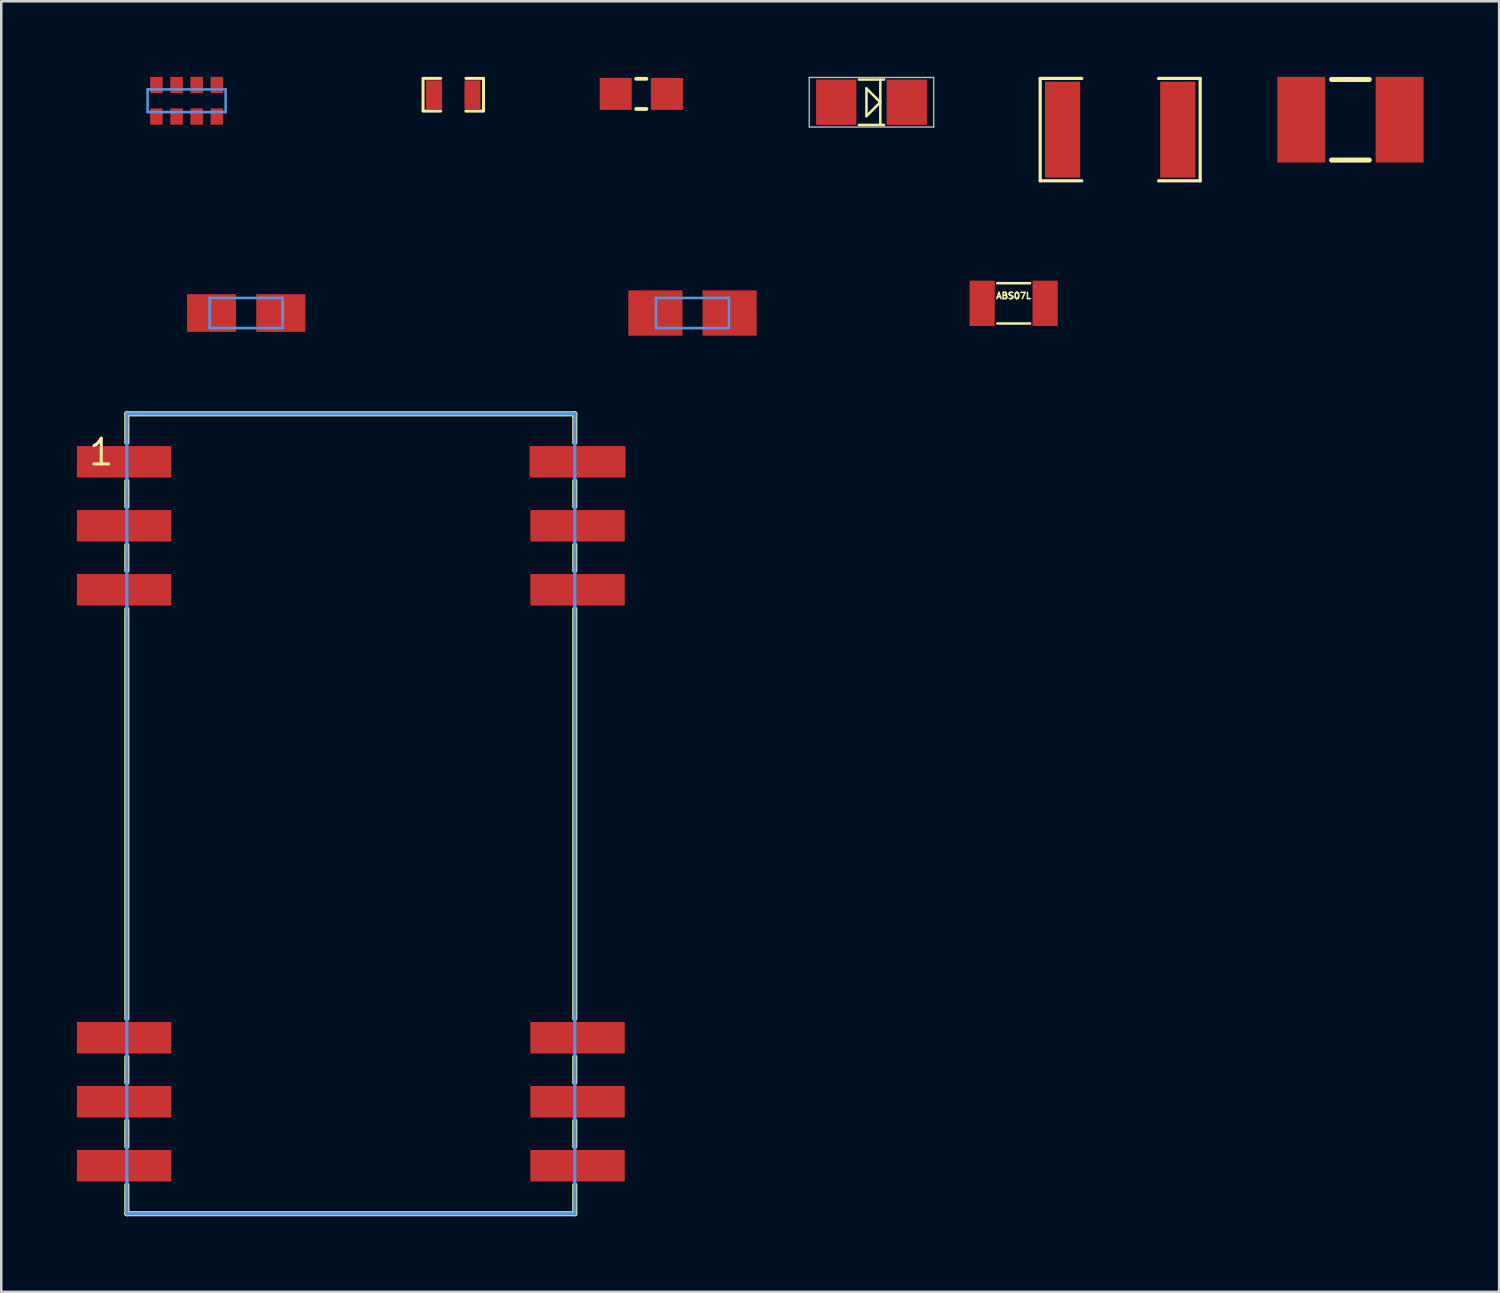
<source format=kicad_pcb>
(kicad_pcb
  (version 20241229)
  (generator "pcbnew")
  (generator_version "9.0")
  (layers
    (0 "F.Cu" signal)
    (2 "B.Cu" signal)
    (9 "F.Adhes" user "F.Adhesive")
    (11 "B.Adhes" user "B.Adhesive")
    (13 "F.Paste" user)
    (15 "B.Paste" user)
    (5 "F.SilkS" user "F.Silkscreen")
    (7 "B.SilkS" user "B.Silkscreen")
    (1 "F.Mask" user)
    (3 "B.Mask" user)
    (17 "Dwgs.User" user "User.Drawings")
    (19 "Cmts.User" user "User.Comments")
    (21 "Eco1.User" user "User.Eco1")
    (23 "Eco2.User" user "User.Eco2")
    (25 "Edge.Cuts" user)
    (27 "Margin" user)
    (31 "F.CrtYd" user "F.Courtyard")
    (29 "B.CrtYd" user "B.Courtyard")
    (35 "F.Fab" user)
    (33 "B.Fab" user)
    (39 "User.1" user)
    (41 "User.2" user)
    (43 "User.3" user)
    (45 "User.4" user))
  (footprint "0603_CAP"
    (layer "F.Cu")
    (at 14.942 0.71)
    (property "Reference" "0603_CAP" (at 0 0 0) (layer "Eco1.User") (effects (font (size 0.5 0.5) (thickness 0.1))))
    (attr smd)
    (fp_line (start -1.199 -0.65) (end -0.5 -0.65) (stroke (width 0.119) (type solid)) (layer "F.SilkS"))
    (fp_line (start -1.199 0.635) (end -1.199 -0.635) (stroke (width 0.119) (type solid)) (layer "F.SilkS"))
    (fp_line (start -0.5 0.65) (end -1.199 0.65) (stroke (width 0.119) (type solid)) (layer "F.SilkS"))
    (fp_line (start 0.5 -0.65) (end 1.199 -0.65) (stroke (width 0.119) (type solid)) (layer "F.SilkS"))
    (fp_line (start 0.5 0.65) (end 1.199 0.65) (stroke (width 0.119) (type solid)) (layer "F.SilkS"))
    (fp_line (start 1.199 -0.635) (end 1.199 0.635) (stroke (width 0.119) (type solid)) (layer "F.SilkS"))
    (pad "1" smd rect (at -0.762 0) (size 0.635 1.143) (layers "F.Cu" "F.Mask" "F.Paste"))
    (pad "2" smd rect (at 0.762 0) (size 0.635 1.143) (layers "F.Cu" "F.Mask" "F.Paste")))
  (footprint "0603-ARV"
    (layer "F.Cu")
    (at 4.357 0.949)
    (property "Reference" "0603-ARV" (at 0.635 3.175 0) (layer "Eco1.User") (effects (font (size 1.27 1.27) (thickness 0.127))))
    (attr through_hole)
    (fp_line (start -1.549 -0.45) (end 1.549 -0.45) (stroke (width 0.102) (type solid)) (layer "Cmts.User"))
    (fp_line (start -1.549 0.45) (end -1.549 -0.45) (stroke (width 0.102) (type solid)) (layer "Cmts.User"))
    (fp_line (start 1.549 -0.45) (end 1.549 0.45) (stroke (width 0.102) (type solid)) (layer "Cmts.User"))
    (fp_line (start 1.549 0.45) (end -1.549 0.45) (stroke (width 0.102) (type solid)) (layer "Cmts.User"))
    (pad "1" smd rect (at -1.199 0.625) (size 0.498 0.648) (layers "F.Cu" "F.Mask" "F.Paste"))
    (pad "2" smd rect (at -0.399 0.625) (size 0.498 0.648) (layers "F.Cu" "F.Mask" "F.Paste"))
    (pad "3" smd rect (at 0.399 0.625) (size 0.498 0.648) (layers "F.Cu" "F.Mask" "F.Paste"))
    (pad "4" smd rect (at 1.199 0.625) (size 0.498 0.648) (layers "F.Cu" "F.Mask" "F.Paste"))
    (pad "5" smd rect (at 1.199 -0.625) (size 0.498 0.648) (layers "F.Cu" "F.Mask" "F.Paste"))
    (pad "6" smd rect (at 0.399 -0.625) (size 0.498 0.648) (layers "F.Cu" "F.Mask" "F.Paste"))
    (pad "7" smd rect (at -0.399 -0.625) (size 0.498 0.648) (layers "F.Cu" "F.Mask" "F.Paste"))
    (pad "8" smd rect (at -1.199 -0.625) (size 0.498 0.648) (layers "F.Cu" "F.Mask" "F.Paste")))
  (footprint "1812"
    (layer "F.Cu")
    (at 50.551 1.701)
    (property "Reference" "1812" (at 0 0 0) (layer "Eco1.User") (effects (font (size 0.6 0.6) (thickness 0.1))))
    (attr smd)
    (fp_line (start -0.749 -1.598) (end 0.749 -1.598) (stroke (width 0.201) (type solid)) (layer "F.SilkS"))
    (fp_line (start -0.749 1.603) (end 0.749 1.603) (stroke (width 0.201) (type solid)) (layer "F.SilkS"))
    (pad "1" smd rect (at -1.951 0) (size 1.9 3.401) (layers "F.Cu" "F.Mask" "F.Paste"))
    (pad "2" smd rect (at 1.951 0) (size 1.9 3.401) (layers "F.Cu" "F.Mask" "F.Paste")))
  (footprint "ABS07L"
    (layer "F.Cu")
    (at 37.183 8.99)
    (property "Reference" "ABS07L" (at 0 -0.3 0) (layer "F.SilkS") (effects (font (size 0.25 0.25) (thickness 0.062))))
    (attr through_hole)
    (fp_line (start -0.65 -0.8) (end 0.65 -0.8) (stroke (width 0.1) (type solid)) (layer "F.SilkS"))
    (fp_line (start 0.65 0.8) (end -0.65 0.8) (stroke (width 0.1) (type solid)) (layer "F.SilkS"))
    (pad "1" smd rect (at -1.25 0) (size 1 1.8) (layers "F.Cu" "F.Mask" "F.Paste"))
    (pad "2" smd rect (at 1.25 0) (size 1 1.8) (layers "F.Cu" "F.Mask" "F.Paste")))
  (footprint "0805-LARGE"
    (layer "F.Cu")
    (at 22.404 0.676)
    (property "Reference" "0805-LARGE" (at 0 0 0) (layer "Eco1.User") (effects (font (size 0.5 0.5) (thickness 0.1))))
    (attr through_hole)
    (fp_line (start -0.203 -0.599) (end 0.203 -0.599) (stroke (width 0.152) (type solid)) (layer "F.SilkS"))
    (fp_line (start -0.203 0.599) (end 0.203 0.599) (stroke (width 0.152) (type solid)) (layer "F.SilkS"))
    (pad "1" smd rect (at -1.016 0) (size 1.27 1.27) (layers "F.Cu" "F.Mask" "F.Paste"))
    (pad "2" smd rect (at 1.016 0) (size 1.27 1.27) (layers "F.Cu" "F.Mask" "F.Paste")))
  (footprint "1206_DIODE"
    (layer "F.Cu")
    (at 31.541 1.008)
    (property "Reference" "1206_DIODE" (at 0 0 0) (layer "Eco1.User") (effects (font (size 0.8 0.8) (thickness 0.075))))
    (attr through_hole)
    (fp_line (start -0.5 -0.9) (end 0.5 -0.9) (stroke (width 0.1) (type solid)) (layer "F.SilkS"))
    (fp_line (start -0.5 0.9) (end 0.5 0.9) (stroke (width 0.1) (type solid)) (layer "F.SilkS"))
    (fp_line (start -0.2 -0.55) (end -0.2 0.55) (stroke (width 0.1) (type solid)) (layer "F.SilkS"))
    (fp_line (start -0.2 0.55) (end 0.35 0) (stroke (width 0.1) (type solid)) (layer "F.SilkS"))
    (fp_line (start 0.35 -0.9) (end 0.35 0.9) (stroke (width 0.1) (type solid)) (layer "F.SilkS"))
    (fp_line (start 0.35 0) (end -0.2 -0.55) (stroke (width 0.1) (type solid)) (layer "F.SilkS"))
    (fp_line (start -2.471 -0.983) (end 2.471 -0.983) (stroke (width 0.051) (type solid)) (layer "Dwgs.User"))
    (fp_line (start -2.471 0.983) (end -2.471 -0.983) (stroke (width 0.051) (type solid)) (layer "Dwgs.User"))
    (fp_line (start 2.471 -0.983) (end 2.471 0.983) (stroke (width 0.051) (type solid)) (layer "Dwgs.User"))
    (fp_line (start 2.471 0.983) (end -2.471 0.983) (stroke (width 0.051) (type solid)) (layer "Dwgs.User"))
    (pad "A" smd rect (at -1.4 0) (size 1.598 1.798) (layers "F.Cu" "F.Mask" "F.Paste"))
    (pad "K" smd rect (at 1.4 0) (size 1.598 1.798) (layers "F.Cu" "F.Mask" "F.Paste")))
  (footprint "A%2f3216-18W"
    (layer "F.Cu")
    (at 24.437 9.374)
    (property "Reference" "A%2f3216-18W" (at 0.592 -0.363 0) (layer "Eco1.User") (effects (font (size 1.27 1.27) (thickness 0.102))))
    (attr through_hole)
    (fp_line (start -1.448 -0.599) (end 1.448 -0.599) (stroke (width 0.102) (type solid)) (layer "Cmts.User"))
    (fp_line (start -1.448 0.599) (end -1.448 -0.599) (stroke (width 0.102) (type solid)) (layer "Cmts.User"))
    (fp_line (start 1.448 -0.599) (end 1.448 0.599) (stroke (width 0.102) (type solid)) (layer "Cmts.User"))
    (fp_line (start 1.448 0.599) (end -1.448 0.599) (stroke (width 0.102) (type solid)) (layer "Cmts.User"))
    (pad "+" smd rect (at 1.473 0) (size 2.149 1.798) (layers "F.Cu" "F.Mask" "F.Paste"))
    (pad "-" smd rect (at -1.473 0) (size 2.149 1.798) (layers "F.Cu" "F.Mask" "F.Paste")))
  (footprint "AG8100"
    (layer "F.Cu")
    (at 10.874 29.25)
    (property "Reference" "AG8100" (at -2.54 -4.445 0) (layer "Eco1.User") (effects (font (size 1.27 1.27) (thickness 0.152))))
    (attr through_hole)
    (fp_line (start -8.89 -15.875) (end -8.89 -14.732) (stroke (width 0.203) (type solid)) (layer "F.SilkS"))
    (fp_line (start -8.89 -15.875) (end 8.89 -15.875) (stroke (width 0.203) (type solid)) (layer "F.SilkS"))
    (fp_line (start -8.89 -13.208) (end -8.89 -12.192) (stroke (width 0.203) (type solid)) (layer "F.SilkS"))
    (fp_line (start -8.89 -10.668) (end -8.89 -9.652) (stroke (width 0.203) (type solid)) (layer "F.SilkS"))
    (fp_line (start -8.89 -8.128) (end -8.89 8.128) (stroke (width 0.203) (type solid)) (layer "F.SilkS"))
    (fp_line (start -8.89 9.652) (end -8.89 10.668) (stroke (width 0.203) (type solid)) (layer "F.SilkS"))
    (fp_line (start -8.89 12.192) (end -8.89 13.208) (stroke (width 0.203) (type solid)) (layer "F.SilkS"))
    (fp_line (start -8.89 15.875) (end -8.89 14.732) (stroke (width 0.203) (type solid)) (layer "F.SilkS"))
    (fp_line (start -8.89 15.875) (end 8.89 15.875) (stroke (width 0.203) (type solid)) (layer "F.SilkS"))
    (fp_line (start 8.89 -15.875) (end 8.89 -14.732) (stroke (width 0.203) (type solid)) (layer "F.SilkS"))
    (fp_line (start 8.89 -13.208) (end 8.89 -12.192) (stroke (width 0.203) (type solid)) (layer "F.SilkS"))
    (fp_line (start 8.89 -10.668) (end 8.89 -9.652) (stroke (width 0.203) (type solid)) (layer "F.SilkS"))
    (fp_line (start 8.89 8.128) (end 8.89 -8.128) (stroke (width 0.203) (type solid)) (layer "F.SilkS"))
    (fp_line (start 8.89 9.652) (end 8.89 10.668) (stroke (width 0.203) (type solid)) (layer "F.SilkS"))
    (fp_line (start 8.89 12.192) (end 8.89 13.208) (stroke (width 0.203) (type solid)) (layer "F.SilkS"))
    (fp_line (start 8.89 14.732) (end 8.89 15.875) (stroke (width 0.203) (type solid)) (layer "F.SilkS"))
    (fp_line (start -8.89 -15.875) (end 8.89 -15.875) (stroke (width 0.127) (type solid)) (layer "Cmts.User"))
    (fp_line (start -8.89 15.875) (end -8.89 -15.875) (stroke (width 0.127) (type solid)) (layer "Cmts.User"))
    (fp_line (start -8.89 15.875) (end 8.89 15.875) (stroke (width 0.127) (type solid)) (layer "Cmts.User"))
    (fp_line (start 8.89 15.875) (end 8.89 -15.875) (stroke (width 0.127) (type solid)) (layer "Cmts.User"))
    (fp_text user "1" (at -9.906 -14.351 0) (layer "F.SilkS") (effects (font (size 1.016 1.016) (thickness 0.122))))
    (pad "P1" smd rect (at -8.999 -13.97 90) (size 1.25 3.749) (layers "F.Cu" "F.Mask" "F.Paste"))
    (pad "P2" smd rect (at -8.999 -11.43 90) (size 1.25 3.749) (layers "F.Cu" "F.Mask" "F.Paste"))
    (pad "P3" smd rect (at -8.999 -8.89 90) (size 1.25 3.749) (layers "F.Cu" "F.Mask" "F.Paste"))
    (pad "P4" smd rect (at -8.999 8.89 90) (size 1.25 3.749) (layers "F.Cu" "F.Mask" "F.Paste"))
    (pad "P5" smd rect (at -8.999 11.43 90) (size 1.25 3.749) (layers "F.Cu" "F.Mask" "F.Paste"))
    (pad "P6" smd rect (at -8.999 13.97 90) (size 1.25 3.749) (layers "F.Cu" "F.Mask" "F.Paste"))
    (pad "P7" smd rect (at 8.999 13.97 90) (size 1.25 3.749) (layers "F.Cu" "F.Mask" "F.Paste"))
    (pad "P8" smd rect (at 8.999 11.43 90) (size 1.25 3.749) (layers "F.Cu" "F.Mask" "F.Paste"))
    (pad "P9" smd rect (at 8.999 8.89 90) (size 1.25 3.749) (layers "F.Cu" "F.Mask" "F.Paste"))
    (pad "P10" smd rect (at 8.999 -8.89 90) (size 1.25 3.749) (layers "F.Cu" "F.Mask" "F.Paste"))
    (pad "P11" smd rect (at 8.999 -11.43 90) (size 1.25 3.749) (layers "F.Cu" "F.Mask" "F.Paste"))
    (pad "P12" smd rect (at 8.999 -13.97) (size 3.81 1.25) (layers "F.Cu" "F.Mask" "F.Paste")))
  (footprint "A%2f3216-18R"
    (layer "F.Cu")
    (at 6.721 9.374)
    (property "Reference" "A%2f3216-18R" (at 0.592 -0.363 0) (layer "Eco1.User") (effects (font (size 1.27 1.27) (thickness 0.102))))
    (attr through_hole)
    (fp_line (start -1.448 -0.599) (end 1.448 -0.599) (stroke (width 0.102) (type solid)) (layer "Cmts.User"))
    (fp_line (start -1.448 0.599) (end -1.448 -0.599) (stroke (width 0.102) (type solid)) (layer "Cmts.User"))
    (fp_line (start 1.448 -0.599) (end 1.448 0.599) (stroke (width 0.102) (type solid)) (layer "Cmts.User"))
    (fp_line (start 1.448 0.599) (end -1.448 0.599) (stroke (width 0.102) (type solid)) (layer "Cmts.User"))
    (pad "+" smd rect (at 1.374 0) (size 1.948 1.499) (layers "F.Cu" "F.Mask" "F.Paste"))
    (pad "-" smd rect (at -1.374 0) (size 1.948 1.499) (layers "F.Cu" "F.Mask" "F.Paste")))
  (footprint "1812_CAP"
    (layer "F.Cu")
    (at 41.412 2.095)
    (property "Reference" "1812_CAP" (at 0 -0.9 0) (layer "Eco1.User") (effects (font (size 0.6 0.6) (thickness 0.1))))
    (attr smd)
    (fp_line (start -3.175 -2.032) (end -3.175 2.032) (stroke (width 0.127) (type solid)) (layer "F.SilkS"))
    (fp_line (start -3.175 2.032) (end -1.524 2.032) (stroke (width 0.127) (type solid)) (layer "F.SilkS"))
    (fp_line (start -1.524 -2.032) (end -3.175 -2.032) (stroke (width 0.127) (type solid)) (layer "F.SilkS"))
    (fp_line (start 1.524 2.032) (end 3.175 2.032) (stroke (width 0.127) (type solid)) (layer "F.SilkS"))
    (fp_line (start 3.175 -2.032) (end 1.524 -2.032) (stroke (width 0.127) (type solid)) (layer "F.SilkS"))
    (fp_line (start 3.175 2.032) (end 3.175 -2.032) (stroke (width 0.127) (type solid)) (layer "F.SilkS"))
    (pad "1" smd rect (at -2.286 0) (size 1.397 3.81) (layers "F.Cu" "F.Mask" "F.Paste"))
    (pad "2" smd rect (at 2.286 0) (size 1.397 3.81) (layers "F.Cu" "F.Mask" "F.Paste")))
  (gr_rect
    (start -3 -3)
    (end 56.452 48.226)
    (stroke (width 0.1) (type default))
    (fill no)
    (layer "Edge.Cuts")))
</source>
